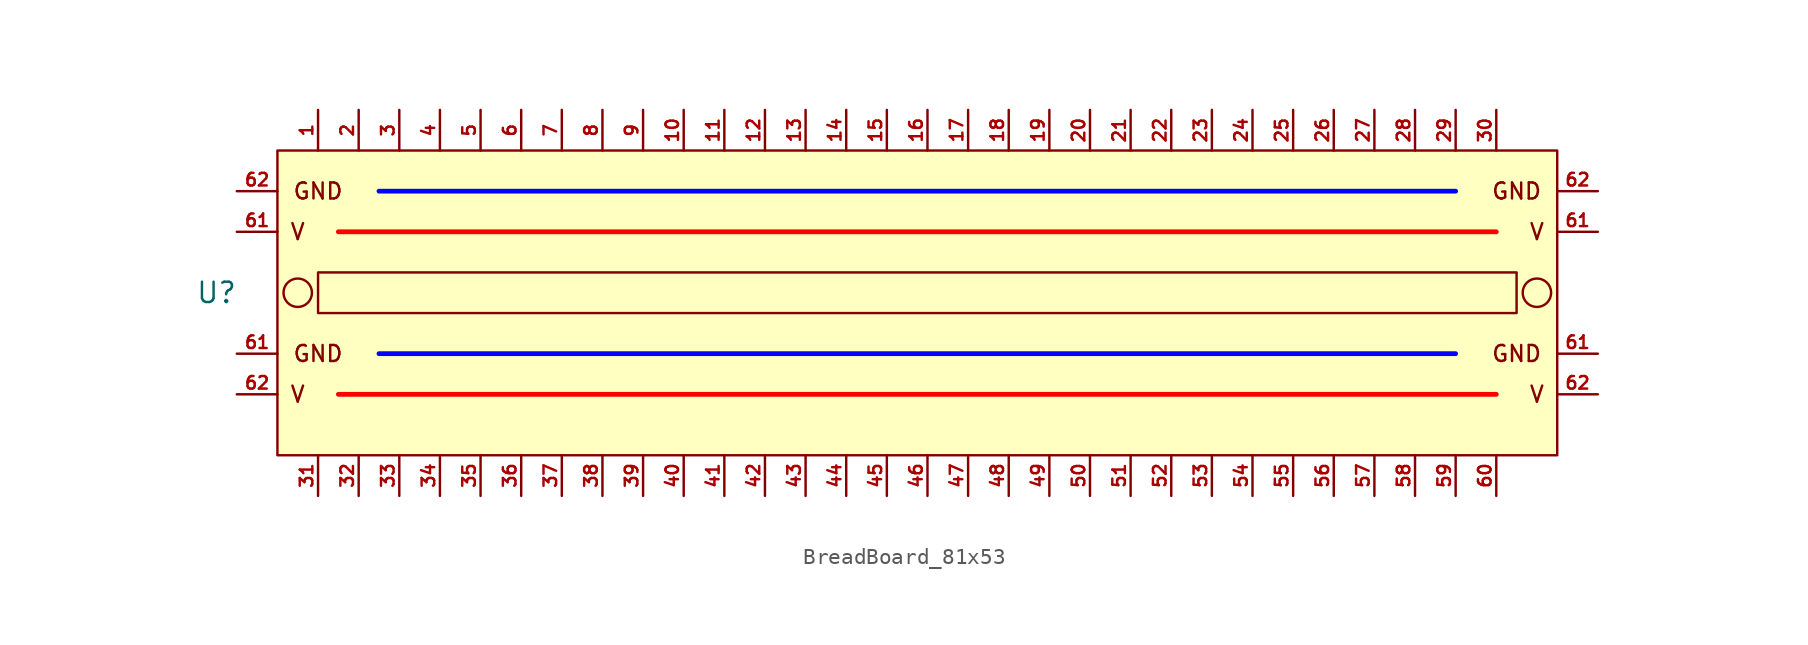
<source format=kicad_sym>
(kicad_symbol_lib
  (version 20220914)
  (generator kicad_symbol_editor)
  (symbol "BreadBoard_81x53"
    (pin_names
      (offset 0) hide)
    (property "Reference" "U"
      (at -41.91 0 0)
      (do_not_autoplace)
      (effects (font (size 1.27 1.27))))
    (symbol "BreadBoard_81x53_0_1"
      (rectangle (start -38.1 8.89) (end 41.91 -10.16) (stroke (width 0) (type default)) (fill (type background)))
      (circle (center -36.83 0) (radius 0.889) (stroke (width 0) (type default)) (fill (type none)))
      (rectangle (start -35.56 1.27) (end 39.37 -1.27) (stroke (width 0) (type default)) (fill (type none)))
      (circle (center 40.64 0) (radius 0.889) (stroke (width 0) (type default)) (fill (type none))))
    (symbol "BreadBoard_81x53_1_1"
      (polyline (pts (xy -34.29 -6.35) (xy 38.1 -6.35)) (stroke (width 0.3) (type default) (color 255 0 0 1)) (fill (type none)))
      (polyline (pts (xy -34.29 3.81) (xy 38.1 3.81)) (stroke (width 0.3) (type default) (color 255 0 0 1)) (fill (type none)))
      (polyline (pts (xy -31.75 -3.81) (xy 35.56 -3.81)) (stroke (width 0.3) (type default) (color 0 0 255 1)) (fill (type none)))
      (polyline (pts (xy -31.75 6.35) (xy 35.56 6.35)) (stroke (width 0.3) (type default) (color 0 0 255 1)) (fill (type none)))
      (text "GND" (at -35.56 -3.81 0) (effects (font (size 1 1))))
      (text "GND" (at -35.56 6.35 0) (effects (font (size 1 1))))
      (text "GND" (at 39.37 -3.81 0) (effects (font (size 1 1))))
      (text "GND" (at 39.37 6.35 0) (effects (font (size 1 1))))
      (text "V" (at -36.83 -6.35 0) (effects (font (size 1 1))))
      (text "V" (at -36.83 3.81 0) (effects (font (size 1 1))))
      (text "V" (at 40.64 -6.35 0) (effects (font (size 1 1))))
      (text "V" (at 40.64 3.81 0) (effects (font (size 1 1))))
      (pin bidirectional line (at -35.56 11.43 270) (length 2.54) (name "1" (effects (font (size 0.787 0.787)))) (number "1" (effects (font (size 0.787 0.787)))))
      (pin bidirectional line (at -12.7 11.43 270) (length 2.54) (name "10" (effects (font (size 0.787 0.787)))) (number "10" (effects (font (size 0.787 0.787)))))
      (pin bidirectional line (at -10.16 11.43 270) (length 2.54) (name "11" (effects (font (size 0.787 0.787)))) (number "11" (effects (font (size 0.787 0.787)))))
      (pin bidirectional line (at -7.62 11.43 270) (length 2.54) (name "12" (effects (font (size 0.787 0.787)))) (number "12" (effects (font (size 0.787 0.787)))))
      (pin bidirectional line (at -5.08 11.43 270) (length 2.54) (name "13" (effects (font (size 0.787 0.787)))) (number "13" (effects (font (size 0.787 0.787)))))
      (pin bidirectional line (at -2.54 11.43 270) (length 2.54) (name "14" (effects (font (size 0.787 0.787)))) (number "14" (effects (font (size 0.787 0.787)))))
      (pin bidirectional line (at 0 11.43 270) (length 2.54) (name "15" (effects (font (size 0.787 0.787)))) (number "15" (effects (font (size 0.787 0.787)))))
      (pin bidirectional line (at 2.54 11.43 270) (length 2.54) (name "16" (effects (font (size 0.787 0.787)))) (number "16" (effects (font (size 0.787 0.787)))))
      (pin bidirectional line (at 5.08 11.43 270) (length 2.54) (name "17" (effects (font (size 0.787 0.787)))) (number "17" (effects (font (size 0.787 0.787)))))
      (pin bidirectional line (at 7.62 11.43 270) (length 2.54) (name "18" (effects (font (size 0.787 0.787)))) (number "18" (effects (font (size 0.787 0.787)))))
      (pin bidirectional line (at 10.16 11.43 270) (length 2.54) (name "19" (effects (font (size 0.787 0.787)))) (number "19" (effects (font (size 0.787 0.787)))))
      (pin bidirectional line (at -33.02 11.43 270) (length 2.54) (name "2" (effects (font (size 0.787 0.787)))) (number "2" (effects (font (size 0.787 0.787)))))
      (pin bidirectional line (at 12.7 11.43 270) (length 2.54) (name "20" (effects (font (size 0.787 0.787)))) (number "20" (effects (font (size 0.787 0.787)))))
      (pin bidirectional line (at 15.24 11.43 270) (length 2.54) (name "21" (effects (font (size 0.787 0.787)))) (number "21" (effects (font (size 0.787 0.787)))))
      (pin bidirectional line (at 17.78 11.43 270) (length 2.54) (name "22" (effects (font (size 0.787 0.787)))) (number "22" (effects (font (size 0.787 0.787)))))
      (pin bidirectional line (at 20.32 11.43 270) (length 2.54) (name "23" (effects (font (size 0.787 0.787)))) (number "23" (effects (font (size 0.787 0.787)))))
      (pin bidirectional line (at 22.86 11.43 270) (length 2.54) (name "24" (effects (font (size 0.787 0.787)))) (number "24" (effects (font (size 0.787 0.787)))))
      (pin bidirectional line (at 25.4 11.43 270) (length 2.54) (name "25" (effects (font (size 0.787 0.787)))) (number "25" (effects (font (size 0.787 0.787)))))
      (pin bidirectional line (at 27.94 11.43 270) (length 2.54) (name "26" (effects (font (size 0.787 0.787)))) (number "26" (effects (font (size 0.787 0.787)))))
      (pin bidirectional line (at 30.48 11.43 270) (length 2.54) (name "27" (effects (font (size 0.787 0.787)))) (number "27" (effects (font (size 0.787 0.787)))))
      (pin bidirectional line (at 33.02 11.43 270) (length 2.54) (name "28" (effects (font (size 0.787 0.787)))) (number "28" (effects (font (size 0.787 0.787)))))
      (pin bidirectional line (at 35.56 11.43 270) (length 2.54) (name "29" (effects (font (size 0.787 0.787)))) (number "29" (effects (font (size 0.787 0.787)))))
      (pin bidirectional line (at -30.48 11.43 270) (length 2.54) (name "3" (effects (font (size 0.787 0.787)))) (number "3" (effects (font (size 0.787 0.787)))))
      (pin bidirectional line (at 38.1 11.43 270) (length 2.54) (name "30" (effects (font (size 0.787 0.787)))) (number "30" (effects (font (size 0.787 0.787)))))
      (pin bidirectional line (at -35.56 -12.7 90) (length 2.54) (name "31" (effects (font (size 0.787 0.787)))) (number "31" (effects (font (size 0.787 0.787)))))
      (pin bidirectional line (at -33.02 -12.7 90) (length 2.54) (name "32" (effects (font (size 0.787 0.787)))) (number "32" (effects (font (size 0.787 0.787)))))
      (pin bidirectional line (at -30.48 -12.7 90) (length 2.54) (name "33" (effects (font (size 0.787 0.787)))) (number "33" (effects (font (size 0.787 0.787)))))
      (pin bidirectional line (at -27.94 -12.7 90) (length 2.54) (name "34" (effects (font (size 0.787 0.787)))) (number "34" (effects (font (size 0.787 0.787)))))
      (pin bidirectional line (at -25.4 -12.7 90) (length 2.54) (name "35" (effects (font (size 0.787 0.787)))) (number "35" (effects (font (size 0.787 0.787)))))
      (pin bidirectional line (at -22.86 -12.7 90) (length 2.54) (name "36" (effects (font (size 0.787 0.787)))) (number "36" (effects (font (size 0.787 0.787)))))
      (pin bidirectional line (at -20.32 -12.7 90) (length 2.54) (name "37" (effects (font (size 0.787 0.787)))) (number "37" (effects (font (size 0.787 0.787)))))
      (pin bidirectional line (at -17.78 -12.7 90) (length 2.54) (name "38" (effects (font (size 0.787 0.787)))) (number "38" (effects (font (size 0.787 0.787)))))
      (pin bidirectional line (at -15.24 -12.7 90) (length 2.54) (name "39" (effects (font (size 0.787 0.787)))) (number "39" (effects (font (size 0.787 0.787)))))
      (pin bidirectional line (at -27.94 11.43 270) (length 2.54) (name "4" (effects (font (size 0.787 0.787)))) (number "4" (effects (font (size 0.787 0.787)))))
      (pin bidirectional line (at -12.7 -12.7 90) (length 2.54) (name "40" (effects (font (size 0.787 0.787)))) (number "40" (effects (font (size 0.787 0.787)))))
      (pin bidirectional line (at -10.16 -12.7 90) (length 2.54) (name "41" (effects (font (size 0.787 0.787)))) (number "41" (effects (font (size 0.787 0.787)))))
      (pin bidirectional line (at -7.62 -12.7 90) (length 2.54) (name "42" (effects (font (size 0.787 0.787)))) (number "42" (effects (font (size 0.787 0.787)))))
      (pin bidirectional line (at -5.08 -12.7 90) (length 2.54) (name "43" (effects (font (size 0.787 0.787)))) (number "43" (effects (font (size 0.787 0.787)))))
      (pin bidirectional line (at -2.54 -12.7 90) (length 2.54) (name "44" (effects (font (size 0.787 0.787)))) (number "44" (effects (font (size 0.787 0.787)))))
      (pin bidirectional line (at 0 -12.7 90) (length 2.54) (name "45" (effects (font (size 0.787 0.787)))) (number "45" (effects (font (size 0.787 0.787)))))
      (pin bidirectional line (at 2.54 -12.7 90) (length 2.54) (name "46" (effects (font (size 0.787 0.787)))) (number "46" (effects (font (size 0.787 0.787)))))
      (pin bidirectional line (at 5.08 -12.7 90) (length 2.54) (name "47" (effects (font (size 0.787 0.787)))) (number "47" (effects (font (size 0.787 0.787)))))
      (pin bidirectional line (at 7.62 -12.7 90) (length 2.54) (name "48" (effects (font (size 0.787 0.787)))) (number "48" (effects (font (size 0.787 0.787)))))
      (pin bidirectional line (at 10.16 -12.7 90) (length 2.54) (name "49" (effects (font (size 0.787 0.787)))) (number "49" (effects (font (size 0.787 0.787)))))
      (pin bidirectional line (at -25.4 11.43 270) (length 2.54) (name "5" (effects (font (size 0.787 0.787)))) (number "5" (effects (font (size 0.787 0.787)))))
      (pin bidirectional line (at 12.7 -12.7 90) (length 2.54) (name "50" (effects (font (size 0.787 0.787)))) (number "50" (effects (font (size 0.787 0.787)))))
      (pin bidirectional line (at 15.24 -12.7 90) (length 2.54) (name "51" (effects (font (size 0.787 0.787)))) (number "51" (effects (font (size 0.787 0.787)))))
      (pin bidirectional line (at 17.78 -12.7 90) (length 2.54) (name "52" (effects (font (size 0.787 0.787)))) (number "52" (effects (font (size 0.787 0.787)))))
      (pin bidirectional line (at 20.32 -12.7 90) (length 2.54) (name "53" (effects (font (size 0.787 0.787)))) (number "53" (effects (font (size 0.787 0.787)))))
      (pin bidirectional line (at 22.86 -12.7 90) (length 2.54) (name "54" (effects (font (size 0.787 0.787)))) (number "54" (effects (font (size 0.787 0.787)))))
      (pin bidirectional line (at 25.4 -12.7 90) (length 2.54) (name "55" (effects (font (size 0.787 0.787)))) (number "55" (effects (font (size 0.787 0.787)))))
      (pin bidirectional line (at 27.94 -12.7 90) (length 2.54) (name "56" (effects (font (size 0.787 0.787)))) (number "56" (effects (font (size 0.787 0.787)))))
      (pin bidirectional line (at 30.48 -12.7 90) (length 2.54) (name "57" (effects (font (size 0.787 0.787)))) (number "57" (effects (font (size 0.787 0.787)))))
      (pin bidirectional line (at 33.02 -12.7 90) (length 2.54) (name "58" (effects (font (size 0.787 0.787)))) (number "58" (effects (font (size 0.787 0.787)))))
      (pin bidirectional line (at 35.56 -12.7 90) (length 2.54) (name "59" (effects (font (size 0.787 0.787)))) (number "59" (effects (font (size 0.787 0.787)))))
      (pin bidirectional line (at -22.86 11.43 270) (length 2.54) (name "6" (effects (font (size 0.787 0.787)))) (number "6" (effects (font (size 0.787 0.787)))))
      (pin bidirectional line (at 38.1 -12.7 90) (length 2.54) (name "60" (effects (font (size 0.787 0.787)))) (number "60" (effects (font (size 0.787 0.787)))))
      (pin bidirectional line (at -40.64 -3.81 0) (length 2.54) (name "GND" (effects (font (size 0.787 0.787)))) (number "61" (effects (font (size 0.787 0.787)))))
      (pin bidirectional line (at -40.64 3.81 0) (length 2.54) (name "GND" (effects (font (size 0.787 0.787)))) (number "61" (effects (font (size 0.787 0.787)))))
      (pin bidirectional line (at 44.45 -3.81 180) (length 2.54) (name "V" (effects (font (size 0.787 0.787)))) (number "61" (effects (font (size 0.787 0.787)))))
      (pin bidirectional line (at 44.45 3.81 180) (length 2.54) (name "V" (effects (font (size 0.787 0.787)))) (number "61" (effects (font (size 0.787 0.787)))))
      (pin bidirectional line (at 44.45 -6.35 180) (length 2.54) (name "GND" (effects (font (size 0.787 0.787)))) (number "62" (effects (font (size 0.787 0.787)))))
      (pin bidirectional line (at 44.45 6.35 180) (length 2.54) (name "GND" (effects (font (size 0.787 0.787)))) (number "62" (effects (font (size 0.787 0.787)))))
      (pin bidirectional line (at -40.64 -6.35 0) (length 2.54) (name "V" (effects (font (size 0.787 0.787)))) (number "62" (effects (font (size 0.787 0.787)))))
      (pin bidirectional line (at -40.64 6.35 0) (length 2.54) (name "V" (effects (font (size 0.787 0.787)))) (number "62" (effects (font (size 0.787 0.787)))))
      (pin bidirectional line (at -20.32 11.43 270) (length 2.54) (name "7" (effects (font (size 0.787 0.787)))) (number "7" (effects (font (size 0.787 0.787)))))
      (pin bidirectional line (at -17.78 11.43 270) (length 2.54) (name "8" (effects (font (size 0.787 0.787)))) (number "8" (effects (font (size 0.787 0.787)))))
      (pin bidirectional line (at -15.24 11.43 270) (length 2.54) (name "9" (effects (font (size 0.787 0.787)))) (number "9" (effects (font (size 0.787 0.787))))))))
</source>
